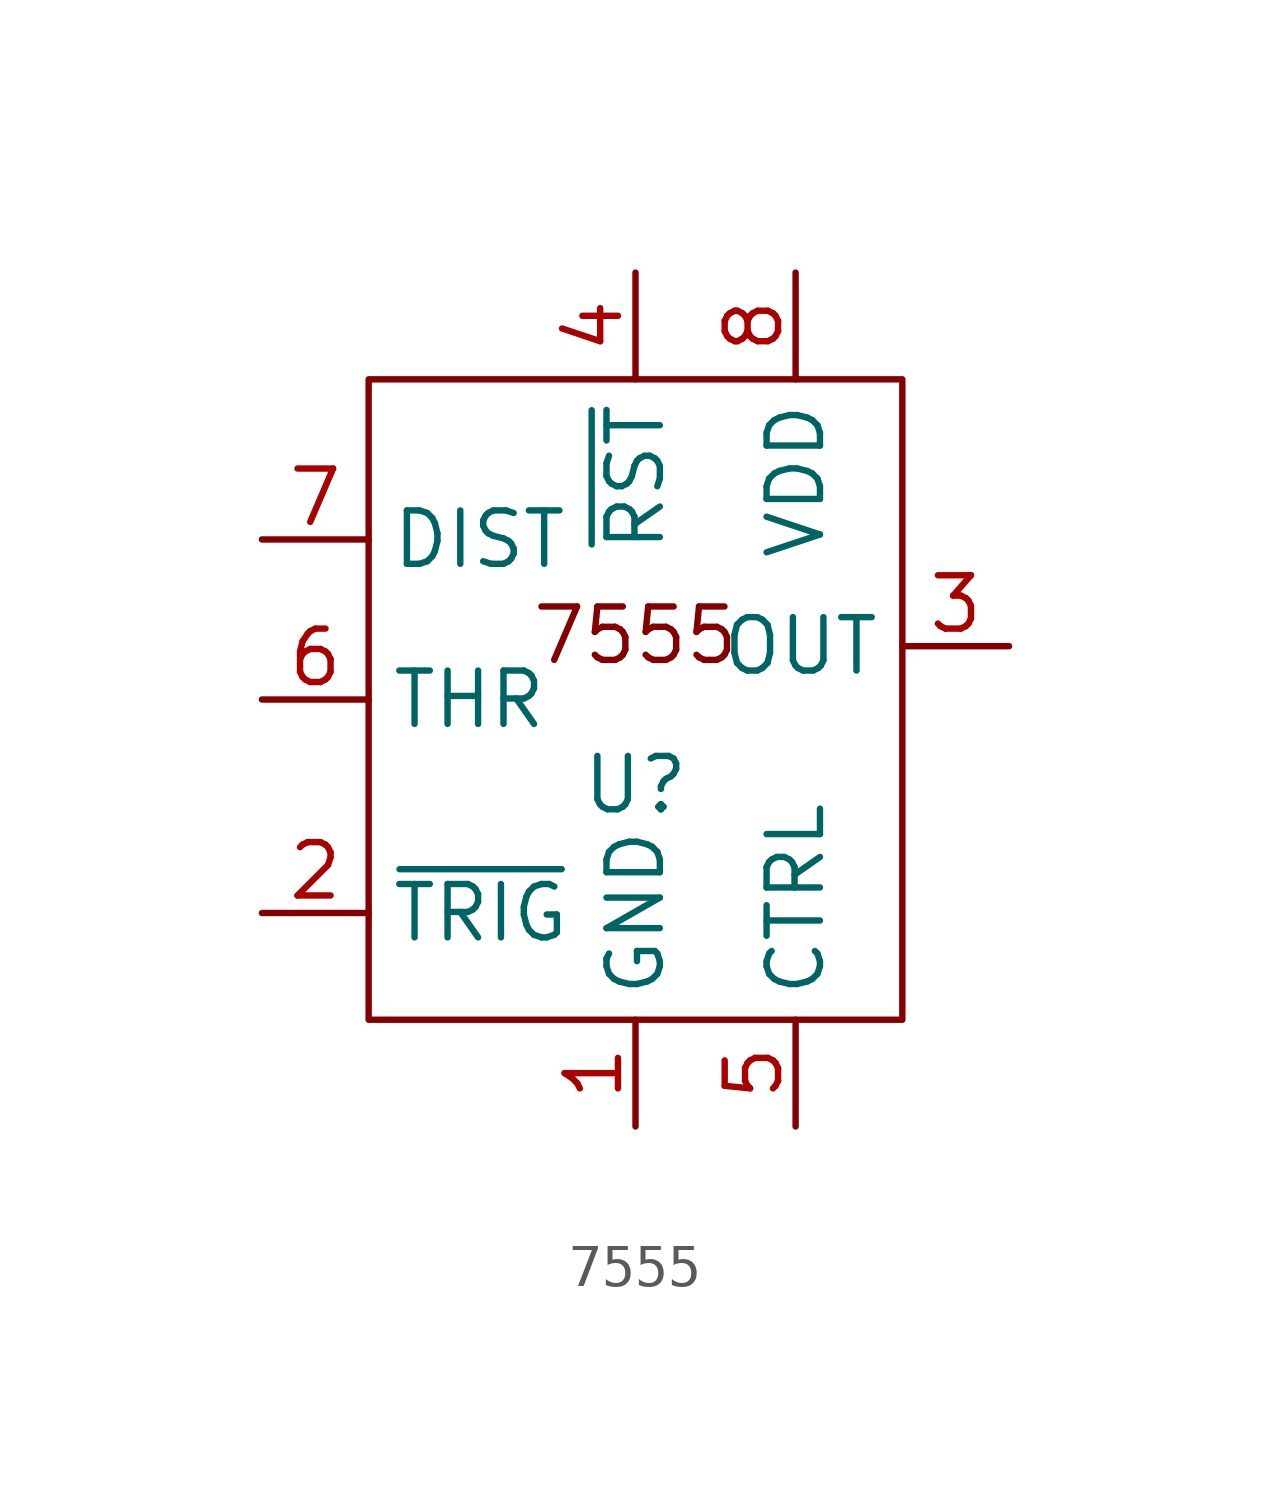
<source format=kicad_sym>
(kicad_symbol_lib
  (version 20241209)
  (generator "kicad_symbol_editor")
  (generator_version "9.0")
  (symbol "7555"
    (property "Reference" "U"
      (at 0 -0.762 0)
      (effects (font (size 1.27 1.27))))
    (property "Value" ""
      (at 0 0 0)
      (effects (font (size 1.27 1.27))))
    (symbol "7555_0_1"
      (rectangle (start -6.35 8.89) (end 6.35 -6.35) (stroke (width 0) (type default)) (fill (type none))))
    (symbol "7555_1_1"
      (text "7555" (at 0 2.794 0) (effects (font (size 1.27 1.27))))
      (pin input line (at -8.89 5.08 0) (length 2.54) (name "DIST" (effects (font (size 1.27 1.27)))) (number "7" (effects (font (size 1.27 1.27)))))
      (pin input line (at -8.89 1.27 0) (length 2.54) (name "THR" (effects (font (size 1.27 1.27)))) (number "6" (effects (font (size 1.27 1.27)))))
      (pin input line (at -8.89 -3.81 0) (length 2.54) (name "~{TRIG}" (effects (font (size 1.27 1.27)))) (number "2" (effects (font (size 1.27 1.27)))))
      (pin input line (at 0 11.43 270) (length 2.54) (name "~{RST}" (effects (font (size 1.27 1.27)))) (number "4" (effects (font (size 1.27 1.27)))))
      (pin power_in line (at 0 -8.89 90) (length 2.54) (name "GND" (effects (font (size 1.27 1.27)))) (number "1" (effects (font (size 1.27 1.27)))))
      (pin power_in line (at 3.81 11.43 270) (length 2.54) (name "VDD" (effects (font (size 1.27 1.27)))) (number "8" (effects (font (size 1.27 1.27)))))
      (pin input line (at 3.81 -8.89 90) (length 2.54) (name "CTRL" (effects (font (size 1.27 1.27)))) (number "5" (effects (font (size 1.27 1.27)))))
      (pin output line (at 8.89 2.54 180) (length 2.54) (name "OUT" (effects (font (size 1.27 1.27)))) (number "3" (effects (font (size 1.27 1.27))))))))
</source>
